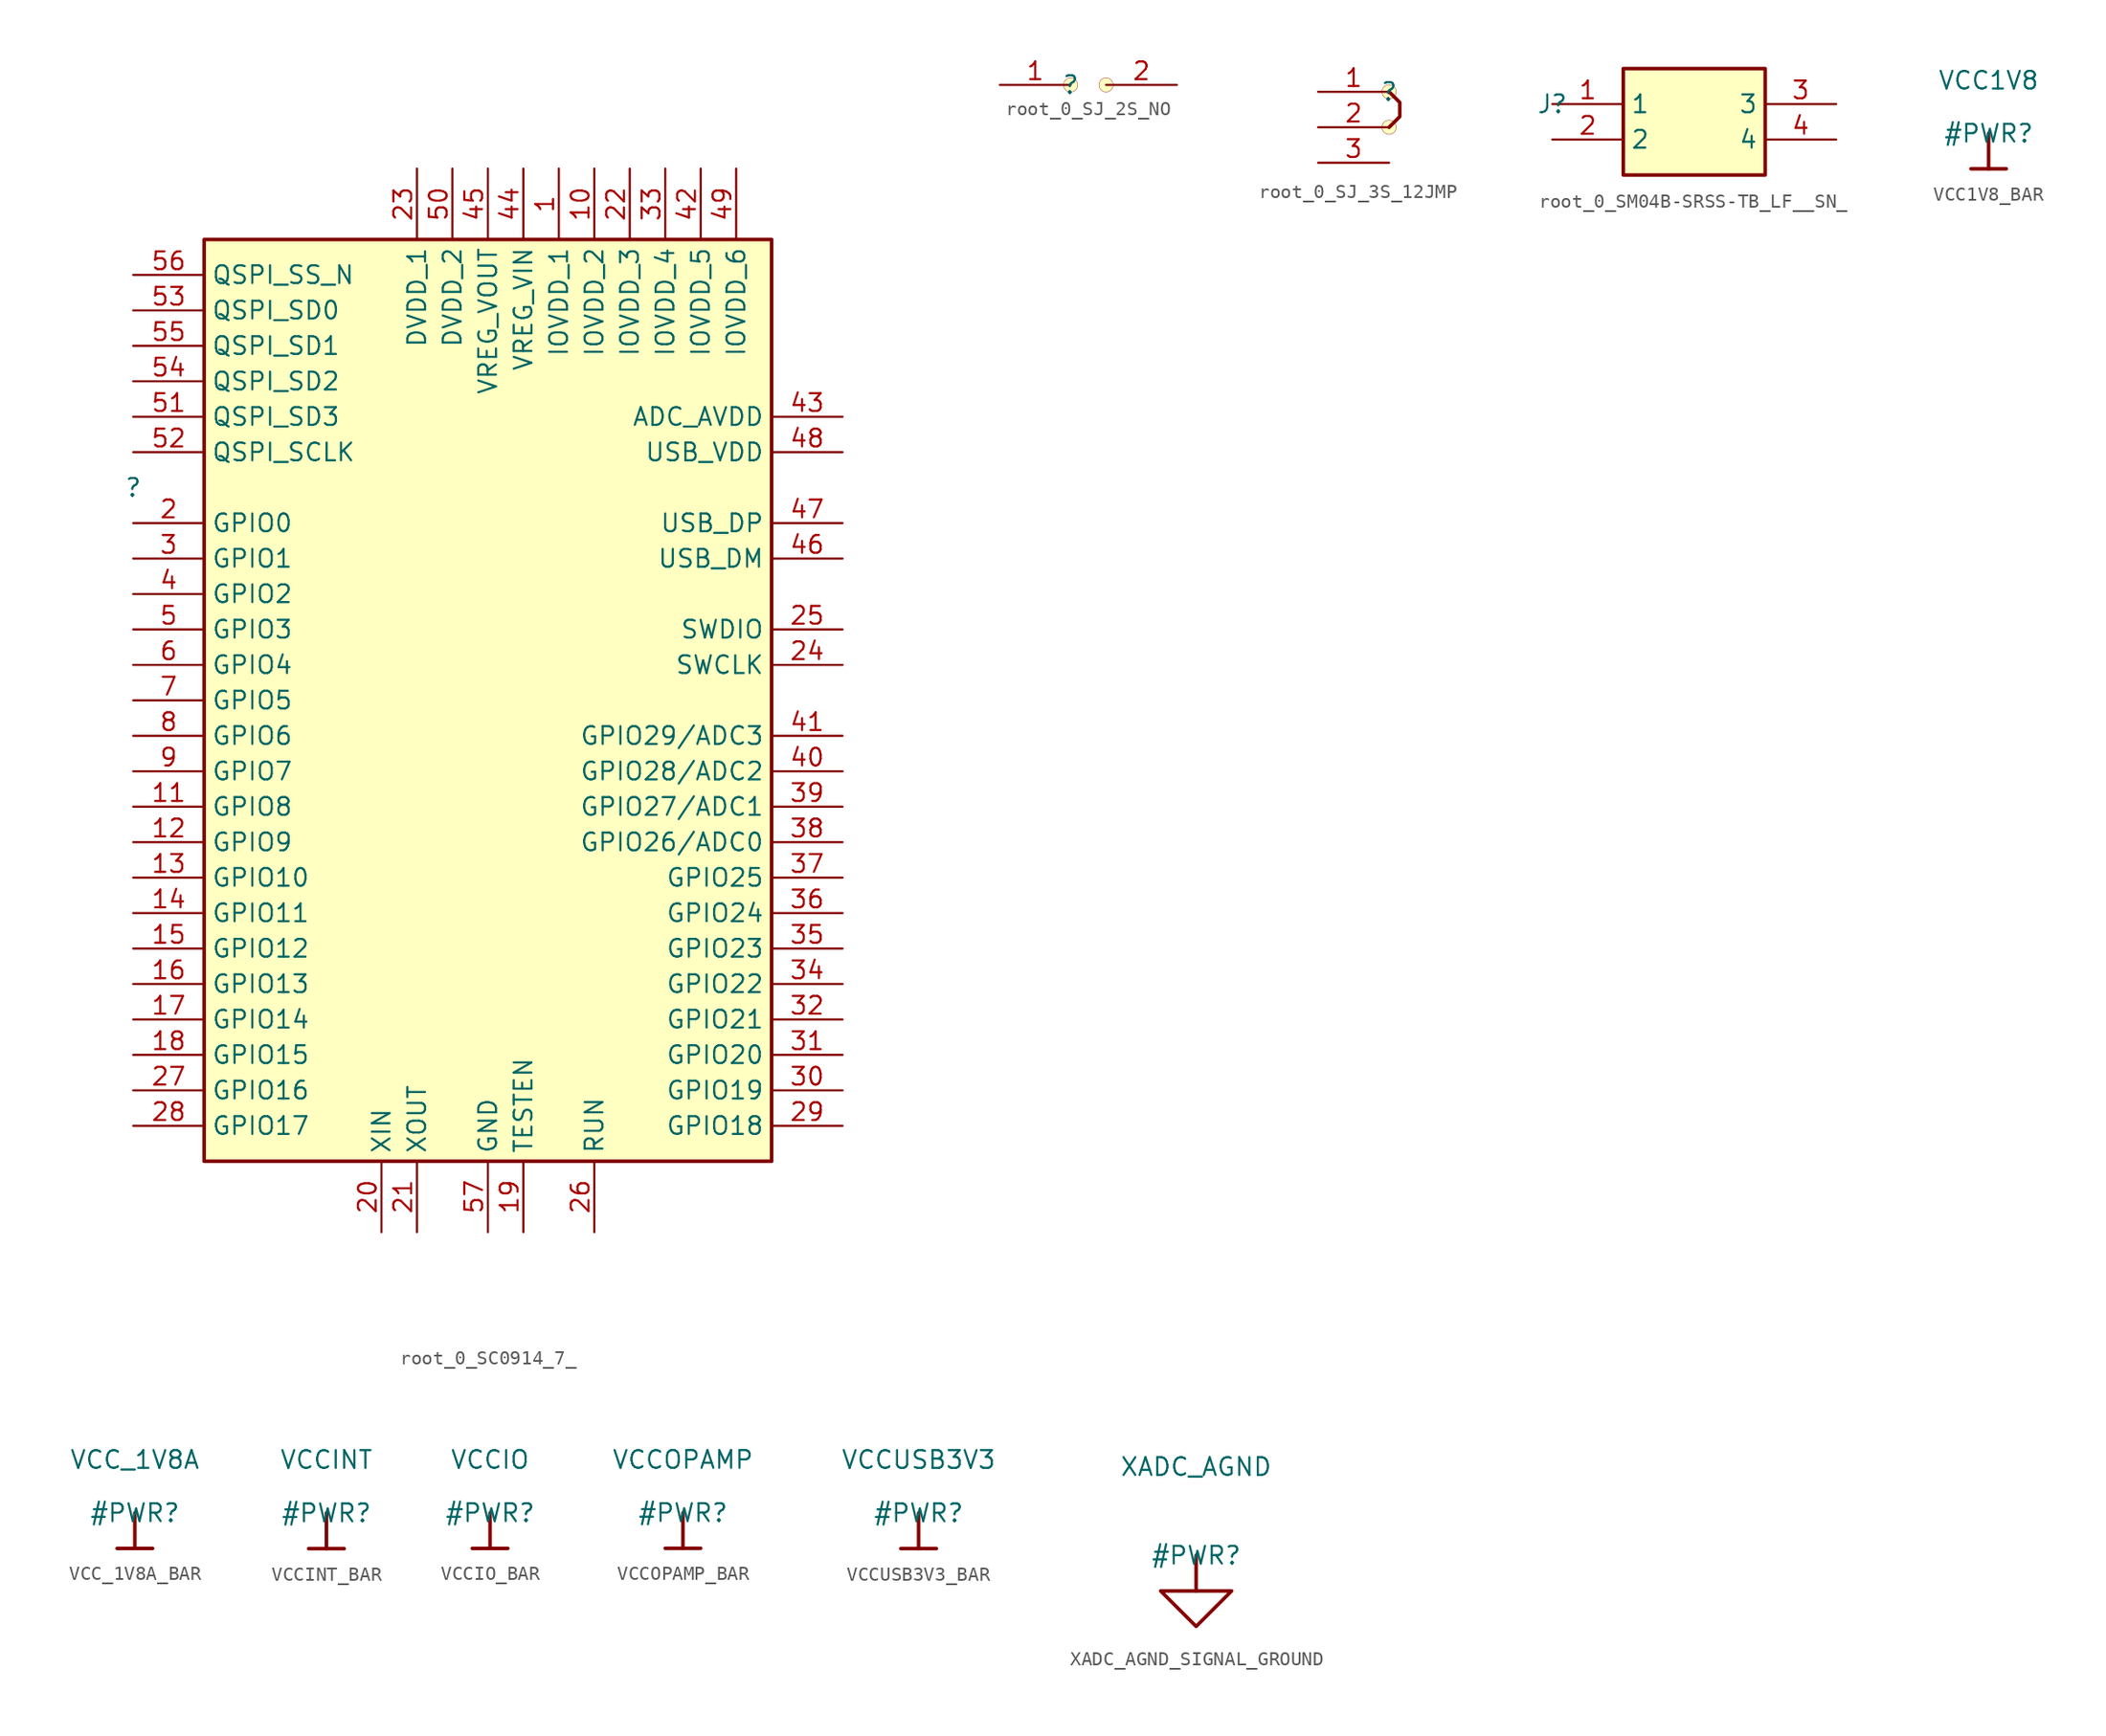
<source format=kicad_sym>
(kicad_symbol_lib
  (version 20231120)
  (generator "kicad_symbol_editor")
  (generator_version "8.0")
  (symbol "root_0_SC0914_7_"
    (property "Reference" ""
      (at 0 0 0)
      (effects (font (size 1.27 1.27))))
    (property "Value" ""
      (at 0 0 0)
      (effects (font (size 1.27 1.27))))
    (symbol "root_0_SC0914_7__1_0"
      (rectangle (start 45.72 17.78) (end 5.08 -48.26) (stroke (width 0.254) (type solid) (color 128 0 0 1)) (fill (type background)))
      (pin passive line (at 30.48 22.86 270) (length 5.08) (name "IOVDD_1" (effects (font (size 1.27 1.27)))) (number "1" (effects (font (size 1.27 1.27)))))
      (pin passive line (at 33.02 22.86 270) (length 5.08) (name "IOVDD_2" (effects (font (size 1.27 1.27)))) (number "10" (effects (font (size 1.27 1.27)))))
      (pin passive line (at 0 -22.86 0) (length 5.08) (name "GPIO8" (effects (font (size 1.27 1.27)))) (number "11" (effects (font (size 1.27 1.27)))))
      (pin passive line (at 0 -25.4 0) (length 5.08) (name "GPIO9" (effects (font (size 1.27 1.27)))) (number "12" (effects (font (size 1.27 1.27)))))
      (pin passive line (at 0 -27.94 0) (length 5.08) (name "GPIO10" (effects (font (size 1.27 1.27)))) (number "13" (effects (font (size 1.27 1.27)))))
      (pin passive line (at 0 -30.48 0) (length 5.08) (name "GPIO11" (effects (font (size 1.27 1.27)))) (number "14" (effects (font (size 1.27 1.27)))))
      (pin passive line (at 0 -33.02 0) (length 5.08) (name "GPIO12" (effects (font (size 1.27 1.27)))) (number "15" (effects (font (size 1.27 1.27)))))
      (pin passive line (at 0 -35.56 0) (length 5.08) (name "GPIO13" (effects (font (size 1.27 1.27)))) (number "16" (effects (font (size 1.27 1.27)))))
      (pin passive line (at 0 -38.1 0) (length 5.08) (name "GPIO14" (effects (font (size 1.27 1.27)))) (number "17" (effects (font (size 1.27 1.27)))))
      (pin passive line (at 0 -40.64 0) (length 5.08) (name "GPIO15" (effects (font (size 1.27 1.27)))) (number "18" (effects (font (size 1.27 1.27)))))
      (pin passive line (at 27.94 -53.34 90) (length 5.08) (name "TESTEN" (effects (font (size 1.27 1.27)))) (number "19" (effects (font (size 1.27 1.27)))))
      (pin passive line (at 0 -2.54 0) (length 5.08) (name "GPIO0" (effects (font (size 1.27 1.27)))) (number "2" (effects (font (size 1.27 1.27)))))
      (pin passive line (at 17.78 -53.34 90) (length 5.08) (name "XIN" (effects (font (size 1.27 1.27)))) (number "20" (effects (font (size 1.27 1.27)))))
      (pin passive line (at 20.32 -53.34 90) (length 5.08) (name "XOUT" (effects (font (size 1.27 1.27)))) (number "21" (effects (font (size 1.27 1.27)))))
      (pin passive line (at 35.56 22.86 270) (length 5.08) (name "IOVDD_3" (effects (font (size 1.27 1.27)))) (number "22" (effects (font (size 1.27 1.27)))))
      (pin passive line (at 20.32 22.86 270) (length 5.08) (name "DVDD_1" (effects (font (size 1.27 1.27)))) (number "23" (effects (font (size 1.27 1.27)))))
      (pin passive line (at 50.8 -12.7 180) (length 5.08) (name "SWCLK" (effects (font (size 1.27 1.27)))) (number "24" (effects (font (size 1.27 1.27)))))
      (pin passive line (at 50.8 -10.16 180) (length 5.08) (name "SWDIO" (effects (font (size 1.27 1.27)))) (number "25" (effects (font (size 1.27 1.27)))))
      (pin passive line (at 33.02 -53.34 90) (length 5.08) (name "RUN" (effects (font (size 1.27 1.27)))) (number "26" (effects (font (size 1.27 1.27)))))
      (pin passive line (at 0 -43.18 0) (length 5.08) (name "GPIO16" (effects (font (size 1.27 1.27)))) (number "27" (effects (font (size 1.27 1.27)))))
      (pin passive line (at 0 -45.72 0) (length 5.08) (name "GPIO17" (effects (font (size 1.27 1.27)))) (number "28" (effects (font (size 1.27 1.27)))))
      (pin passive line (at 50.8 -45.72 180) (length 5.08) (name "GPIO18" (effects (font (size 1.27 1.27)))) (number "29" (effects (font (size 1.27 1.27)))))
      (pin passive line (at 0 -5.08 0) (length 5.08) (name "GPIO1" (effects (font (size 1.27 1.27)))) (number "3" (effects (font (size 1.27 1.27)))))
      (pin passive line (at 50.8 -43.18 180) (length 5.08) (name "GPIO19" (effects (font (size 1.27 1.27)))) (number "30" (effects (font (size 1.27 1.27)))))
      (pin passive line (at 50.8 -40.64 180) (length 5.08) (name "GPIO20" (effects (font (size 1.27 1.27)))) (number "31" (effects (font (size 1.27 1.27)))))
      (pin passive line (at 50.8 -38.1 180) (length 5.08) (name "GPIO21" (effects (font (size 1.27 1.27)))) (number "32" (effects (font (size 1.27 1.27)))))
      (pin passive line (at 38.1 22.86 270) (length 5.08) (name "IOVDD_4" (effects (font (size 1.27 1.27)))) (number "33" (effects (font (size 1.27 1.27)))))
      (pin passive line (at 50.8 -35.56 180) (length 5.08) (name "GPIO22" (effects (font (size 1.27 1.27)))) (number "34" (effects (font (size 1.27 1.27)))))
      (pin passive line (at 50.8 -33.02 180) (length 5.08) (name "GPIO23" (effects (font (size 1.27 1.27)))) (number "35" (effects (font (size 1.27 1.27)))))
      (pin passive line (at 50.8 -30.48 180) (length 5.08) (name "GPIO24" (effects (font (size 1.27 1.27)))) (number "36" (effects (font (size 1.27 1.27)))))
      (pin passive line (at 50.8 -27.94 180) (length 5.08) (name "GPIO25" (effects (font (size 1.27 1.27)))) (number "37" (effects (font (size 1.27 1.27)))))
      (pin passive line (at 50.8 -25.4 180) (length 5.08) (name "GPIO26/ADC0" (effects (font (size 1.27 1.27)))) (number "38" (effects (font (size 1.27 1.27)))))
      (pin passive line (at 50.8 -22.86 180) (length 5.08) (name "GPIO27/ADC1" (effects (font (size 1.27 1.27)))) (number "39" (effects (font (size 1.27 1.27)))))
      (pin passive line (at 0 -7.62 0) (length 5.08) (name "GPIO2" (effects (font (size 1.27 1.27)))) (number "4" (effects (font (size 1.27 1.27)))))
      (pin passive line (at 50.8 -20.32 180) (length 5.08) (name "GPIO28/ADC2" (effects (font (size 1.27 1.27)))) (number "40" (effects (font (size 1.27 1.27)))))
      (pin passive line (at 50.8 -17.78 180) (length 5.08) (name "GPIO29/ADC3" (effects (font (size 1.27 1.27)))) (number "41" (effects (font (size 1.27 1.27)))))
      (pin passive line (at 40.64 22.86 270) (length 5.08) (name "IOVDD_5" (effects (font (size 1.27 1.27)))) (number "42" (effects (font (size 1.27 1.27)))))
      (pin passive line (at 50.8 5.08 180) (length 5.08) (name "ADC_AVDD" (effects (font (size 1.27 1.27)))) (number "43" (effects (font (size 1.27 1.27)))))
      (pin passive line (at 27.94 22.86 270) (length 5.08) (name "VREG_VIN" (effects (font (size 1.27 1.27)))) (number "44" (effects (font (size 1.27 1.27)))))
      (pin passive line (at 25.4 22.86 270) (length 5.08) (name "VREG_VOUT" (effects (font (size 1.27 1.27)))) (number "45" (effects (font (size 1.27 1.27)))))
      (pin passive line (at 50.8 -5.08 180) (length 5.08) (name "USB_DM" (effects (font (size 1.27 1.27)))) (number "46" (effects (font (size 1.27 1.27)))))
      (pin passive line (at 50.8 -2.54 180) (length 5.08) (name "USB_DP" (effects (font (size 1.27 1.27)))) (number "47" (effects (font (size 1.27 1.27)))))
      (pin passive line (at 50.8 2.54 180) (length 5.08) (name "USB_VDD" (effects (font (size 1.27 1.27)))) (number "48" (effects (font (size 1.27 1.27)))))
      (pin passive line (at 43.18 22.86 270) (length 5.08) (name "IOVDD_6" (effects (font (size 1.27 1.27)))) (number "49" (effects (font (size 1.27 1.27)))))
      (pin passive line (at 0 -10.16 0) (length 5.08) (name "GPIO3" (effects (font (size 1.27 1.27)))) (number "5" (effects (font (size 1.27 1.27)))))
      (pin passive line (at 22.86 22.86 270) (length 5.08) (name "DVDD_2" (effects (font (size 1.27 1.27)))) (number "50" (effects (font (size 1.27 1.27)))))
      (pin passive line (at 0 5.08 0) (length 5.08) (name "QSPI_SD3" (effects (font (size 1.27 1.27)))) (number "51" (effects (font (size 1.27 1.27)))))
      (pin passive line (at 0 2.54 0) (length 5.08) (name "QSPI_SCLK" (effects (font (size 1.27 1.27)))) (number "52" (effects (font (size 1.27 1.27)))))
      (pin passive line (at 0 12.7 0) (length 5.08) (name "QSPI_SD0" (effects (font (size 1.27 1.27)))) (number "53" (effects (font (size 1.27 1.27)))))
      (pin passive line (at 0 7.62 0) (length 5.08) (name "QSPI_SD2" (effects (font (size 1.27 1.27)))) (number "54" (effects (font (size 1.27 1.27)))))
      (pin passive line (at 0 10.16 0) (length 5.08) (name "QSPI_SD1" (effects (font (size 1.27 1.27)))) (number "55" (effects (font (size 1.27 1.27)))))
      (pin passive line (at 0 15.24 0) (length 5.08) (name "QSPI_SS_N" (effects (font (size 1.27 1.27)))) (number "56" (effects (font (size 1.27 1.27)))))
      (pin passive line (at 25.4 -53.34 90) (length 5.08) (name "GND" (effects (font (size 1.27 1.27)))) (number "57" (effects (font (size 1.27 1.27)))))
      (pin passive line (at 0 -12.7 0) (length 5.08) (name "GPIO4" (effects (font (size 1.27 1.27)))) (number "6" (effects (font (size 1.27 1.27)))))
      (pin passive line (at 0 -15.24 0) (length 5.08) (name "GPIO5" (effects (font (size 1.27 1.27)))) (number "7" (effects (font (size 1.27 1.27)))))
      (pin passive line (at 0 -17.78 0) (length 5.08) (name "GPIO6" (effects (font (size 1.27 1.27)))) (number "8" (effects (font (size 1.27 1.27)))))
      (pin passive line (at 0 -20.32 0) (length 5.08) (name "GPIO7" (effects (font (size 1.27 1.27)))) (number "9" (effects (font (size 1.27 1.27)))))))
  (symbol "root_0_SJ_2S_NO"
    (property "Reference" ""
      (at 0 0 0)
      (effects (font (size 1.27 1.27))))
    (property "Value" ""
      (at 0 0 0)
      (effects (font (size 1.27 1.27))))
    (symbol "root_0_SJ_2S_NO_1_0"
      (circle (center 0 0) (radius 0.508) (stroke (width 0.025) (type solid)) (fill (type background)))
      (circle (center 2.54 0) (radius 0.508) (stroke (width 0.025) (type solid)) (fill (type background)))
      (pin passive line (at -5.08 0 0) (length 5.08) (name "1" (effects (font (size 0 0)))) (number "1" (effects (font (size 1.27 1.27)))))
      (pin passive line (at 7.62 0 180) (length 5.08) (name "2" (effects (font (size 0 0)))) (number "2" (effects (font (size 1.27 1.27)))))))
  (symbol "root_0_SJ_3S_12JMP"
    (property "Reference" ""
      (at 0 0 0)
      (effects (font (size 1.27 1.27))))
    (property "Value" ""
      (at 0 0 0)
      (effects (font (size 1.27 1.27))))
    (symbol "root_0_SJ_3S_12JMP_1_0"
      (circle (center 0 -2.54) (radius 0.508) (stroke (width 0.025) (type solid)) (fill (type background)))
      (polyline (pts (xy 0 0) (xy 0.762 -0.762) (xy 0.762 -1.778) (xy 0 -2.54)) (stroke (width 0.254) (type solid)) (fill (type none)))
      (circle (center 0 0) (radius 0.508) (stroke (width 0.025) (type solid)) (fill (type background)))
      (pin passive line (at -5.08 0 0) (length 5.08) (name "1" (effects (font (size 0 0)))) (number "1" (effects (font (size 1.27 1.27)))))
      (pin passive line (at -5.08 -2.54 0) (length 5.08) (name "2" (effects (font (size 0 0)))) (number "2" (effects (font (size 1.27 1.27)))))
      (pin passive line (at -5.08 -5.08 0) (length 5.08) (name "3" (effects (font (size 0 0)))) (number "3" (effects (font (size 1.27 1.27)))))))
  (symbol "root_0_SM04B-SRSS-TB_LF__SN_"
    (property "Reference" "J"
      (at 0 0 0)
      (effects (font (size 1.27 1.27))))
    (property "Value" ""
      (at 0 0 0)
      (effects (font (size 1.27 1.27))))
    (symbol "root_0_SM04B-SRSS-TB_LF__SN__1_0"
      (rectangle (start 15.24 2.54) (end 5.08 -5.08) (stroke (width 0.254) (type solid) (color 128 0 0 1)) (fill (type background)))
      (pin passive line (at 0 0 0) (length 5.08) (name "1" (effects (font (size 1.27 1.27)))) (number "1" (effects (font (size 1.27 1.27)))))
      (pin passive line (at 0 -2.54 0) (length 5.08) (name "2" (effects (font (size 1.27 1.27)))) (number "2" (effects (font (size 1.27 1.27)))))
      (pin passive line (at 20.32 0 180) (length 5.08) (name "3" (effects (font (size 1.27 1.27)))) (number "3" (effects (font (size 1.27 1.27)))))
      (pin passive line (at 20.32 -2.54 180) (length 5.08) (name "4" (effects (font (size 1.27 1.27)))) (number "4" (effects (font (size 1.27 1.27)))))))
  (symbol "VCC1V8_BAR"
    (power)
    (property "Reference" "#PWR"
      (at 0 0 0)
      (effects (font (size 1.27 1.27))))
    (property "Value" "VCC1V8"
      (at 0 3.81 0)
      (effects (font (size 1.27 1.27))))
    (symbol "VCC1V8_BAR_0_0"
      (polyline (pts (xy -1.27 -2.54) (xy 1.27 -2.54)) (stroke (width 0.254) (type solid)) (fill (type none)))
      (polyline (pts (xy 0 0) (xy 0 -2.54)) (stroke (width 0.254) (type solid)) (fill (type none)))
      (pin power_in line (at 0 0 0) (length 0) hide (name "VCC1V8" (effects (font (size 1.27 1.27)))) (number "" (effects (font (size 1.27 1.27)))))))
  (symbol "VCC_1V8A_BAR"
    (power)
    (property "Reference" "#PWR"
      (at 0 0 0)
      (effects (font (size 1.27 1.27))))
    (property "Value" "VCC_1V8A"
      (at 0 3.81 0)
      (effects (font (size 1.27 1.27))))
    (symbol "VCC_1V8A_BAR_0_0"
      (polyline (pts (xy -1.27 -2.54) (xy 1.27 -2.54)) (stroke (width 0.254) (type solid)) (fill (type none)))
      (polyline (pts (xy 0 0) (xy 0 -2.54)) (stroke (width 0.254) (type solid)) (fill (type none)))
      (pin power_in line (at 0 0 0) (length 0) hide (name "VCC_1V8A" (effects (font (size 1.27 1.27)))) (number "" (effects (font (size 1.27 1.27)))))))
  (symbol "VCCINT_BAR"
    (power)
    (property "Reference" "#PWR"
      (at 0 0 0)
      (effects (font (size 1.27 1.27))))
    (property "Value" "VCCINT"
      (at 0 3.81 0)
      (effects (font (size 1.27 1.27))))
    (symbol "VCCINT_BAR_0_0"
      (polyline (pts (xy -1.27 -2.54) (xy 1.27 -2.54)) (stroke (width 0.254) (type solid)) (fill (type none)))
      (polyline (pts (xy 0 0) (xy 0 -2.54)) (stroke (width 0.254) (type solid)) (fill (type none)))
      (pin power_in line (at 0 0 0) (length 0) hide (name "VCCINT" (effects (font (size 1.27 1.27)))) (number "" (effects (font (size 1.27 1.27)))))))
  (symbol "VCCIO_BAR"
    (power)
    (property "Reference" "#PWR"
      (at 0 0 0)
      (effects (font (size 1.27 1.27))))
    (property "Value" "VCCIO"
      (at 0 3.81 0)
      (effects (font (size 1.27 1.27))))
    (symbol "VCCIO_BAR_0_0"
      (polyline (pts (xy -1.27 -2.54) (xy 1.27 -2.54)) (stroke (width 0.254) (type solid)) (fill (type none)))
      (polyline (pts (xy 0 0) (xy 0 -2.54)) (stroke (width 0.254) (type solid)) (fill (type none)))
      (pin power_in line (at 0 0 0) (length 0) hide (name "VCCIO" (effects (font (size 1.27 1.27)))) (number "" (effects (font (size 1.27 1.27)))))))
  (symbol "VCCOPAMP_BAR"
    (power)
    (property "Reference" "#PWR"
      (at 0 0 0)
      (effects (font (size 1.27 1.27))))
    (property "Value" "VCCOPAMP"
      (at 0 3.81 0)
      (effects (font (size 1.27 1.27))))
    (symbol "VCCOPAMP_BAR_0_0"
      (polyline (pts (xy -1.27 -2.54) (xy 1.27 -2.54)) (stroke (width 0.254) (type solid)) (fill (type none)))
      (polyline (pts (xy 0 0) (xy 0 -2.54)) (stroke (width 0.254) (type solid)) (fill (type none)))
      (pin power_in line (at 0 0 0) (length 0) hide (name "VCCOPAMP" (effects (font (size 1.27 1.27)))) (number "" (effects (font (size 1.27 1.27)))))))
  (symbol "VCCUSB3V3_BAR"
    (power)
    (property "Reference" "#PWR"
      (at 0 0 0)
      (effects (font (size 1.27 1.27))))
    (property "Value" "VCCUSB3V3"
      (at 0 3.81 0)
      (effects (font (size 1.27 1.27))))
    (symbol "VCCUSB3V3_BAR_0_0"
      (polyline (pts (xy -1.27 -2.54) (xy 1.27 -2.54)) (stroke (width 0.254) (type solid)) (fill (type none)))
      (polyline (pts (xy 0 0) (xy 0 -2.54)) (stroke (width 0.254) (type solid)) (fill (type none)))
      (pin power_in line (at 0 0 0) (length 0) hide (name "VCCUSB3V3" (effects (font (size 1.27 1.27)))) (number "" (effects (font (size 1.27 1.27)))))))
  (symbol "XADC_AGND_SIGNAL_GROUND"
    (power)
    (property "Reference" "#PWR"
      (at 0 0 0)
      (effects (font (size 1.27 1.27))))
    (property "Value" "XADC_AGND"
      (at 0 6.35 0)
      (effects (font (size 1.27 1.27))))
    (symbol "XADC_AGND_SIGNAL_GROUND_0_0"
      (polyline (pts (xy 0 0) (xy 0 -2.54)) (stroke (width 0.254) (type solid)) (fill (type none)))
      (polyline (pts (xy -2.54 -2.54) (xy 2.54 -2.54) (xy 0 -5.08) (xy -2.54 -2.54)) (stroke (width 0.254) (type solid)) (fill (type none)))
      (pin power_in line (at 0 0 0) (length 0) hide (name "XADC_AGND" (effects (font (size 1.27 1.27)))) (number "" (effects (font (size 1.27 1.27))))))))
</source>
